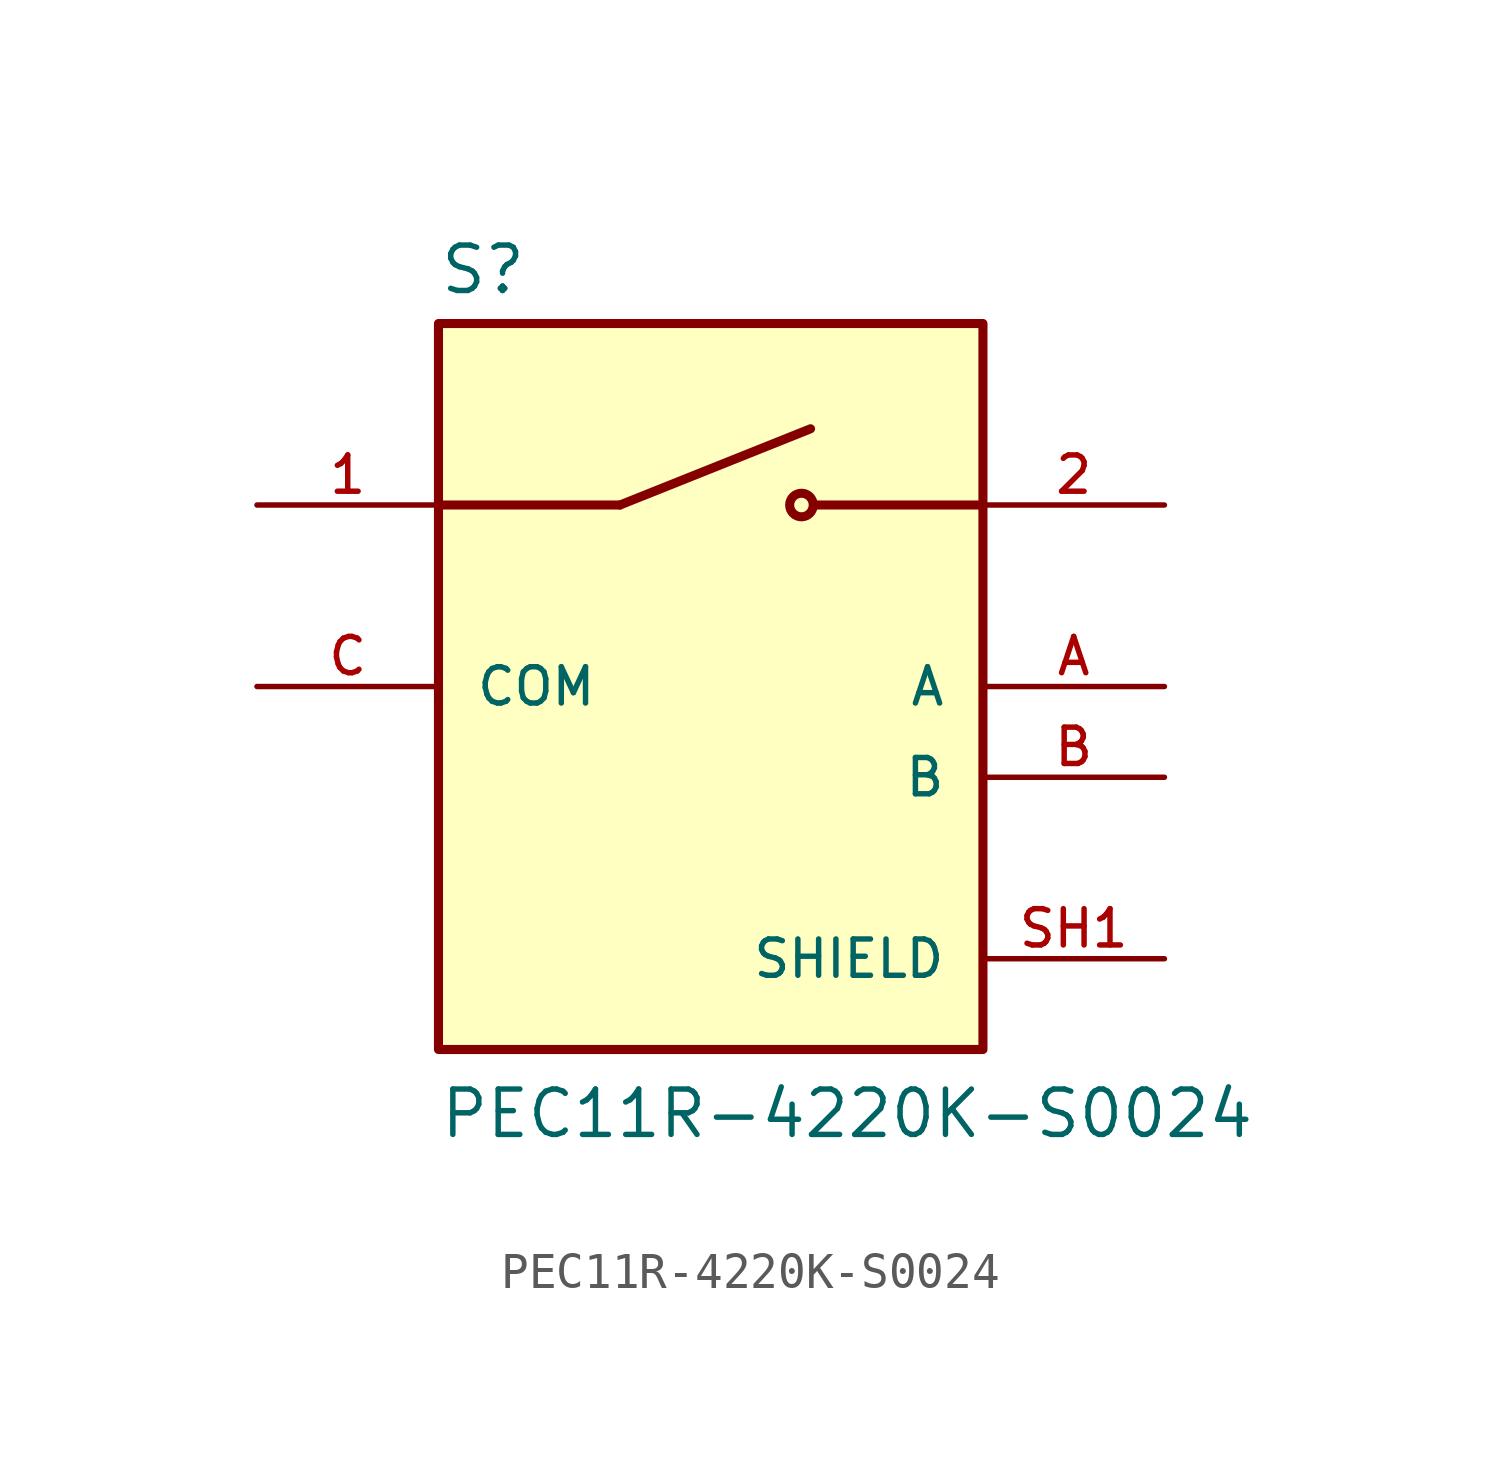
<source format=kicad_sym>
(kicad_symbol_lib
  (version 20211014)
  (generator kicad_symbol_editor)
  (symbol "PEC11R-4220K-S0024"
    (pin_names
      (offset 1.016))
    (property "Reference" "S"
      (at -7.62 10.922 0)
      (effects (font (size 1.27 1.27)) (justify bottom left)))
    (property "Value" "PEC11R-4220K-S0024"
      (at -7.62 -12.7 0)
      (effects (font (size 1.27 1.27)) (justify bottom left)))
    (symbol "PEC11R-4220K-S0024_0_0"
      (polyline (pts (xy -2.54 5.08) (xy 2.794 7.214)) (stroke (width 0.254)))
      (circle (center 2.54 5.08) (radius 0.33) (stroke (width 0.254)) (fill (type none)))
      (polyline (pts (xy 7.62 5.08) (xy 2.921 5.08)) (stroke (width 0.254)))
      (polyline (pts (xy -2.54 5.08) (xy -7.62 5.08)) (stroke (width 0.254)))
      (rectangle (start -7.62 -10.16) (end 7.62 10.16) (stroke (width 0.254)) (fill (type background)))
      (pin passive line (at -12.7 5.08 0) (length 5.08) (name "~" (effects (font (size 1.016 1.016)))) (number "1" (effects (font (size 1.016 1.016)))))
      (pin passive line (at 12.7 5.08 180.0) (length 5.08) (name "~" (effects (font (size 1.016 1.016)))) (number "2" (effects (font (size 1.016 1.016)))))
      (pin passive line (at 12.7 0.0 180.0) (length 5.08) (name "A" (effects (font (size 1.016 1.016)))) (number "A" (effects (font (size 1.016 1.016)))))
      (pin passive line (at 12.7 -2.54 180.0) (length 5.08) (name "B" (effects (font (size 1.016 1.016)))) (number "B" (effects (font (size 1.016 1.016)))))
      (pin passive line (at -12.7 0.0 0) (length 5.08) (name "COM" (effects (font (size 1.016 1.016)))) (number "C" (effects (font (size 1.016 1.016)))))
      (pin passive line (at 12.7 -7.62 180.0) (length 5.08) (name "SHIELD" (effects (font (size 1.016 1.016)))) (number "SH1" (effects (font (size 1.016 1.016)))))
      (pin passive line (at 12.7 -7.62 180.0) (length 5.08) hide (name "SHIELD" (effects (font (size 1.016 1.016)))) (number "SH2" (effects (font (size 1.016 1.016))))))))
</source>
